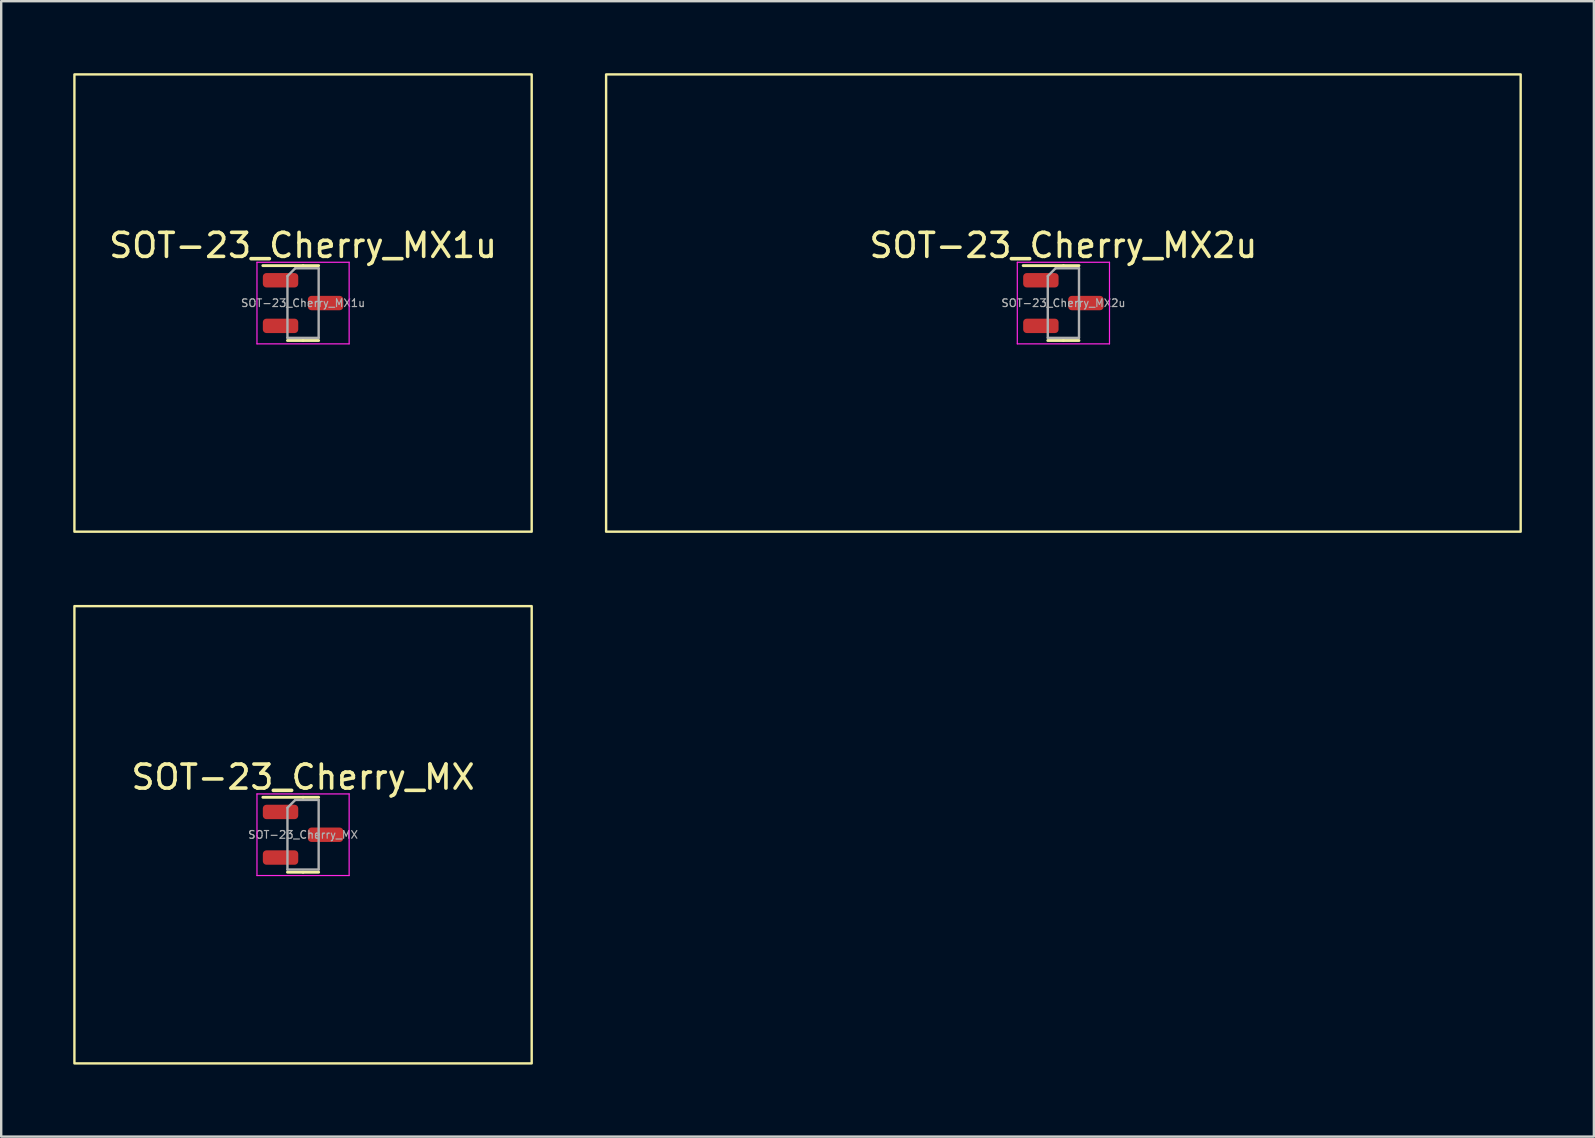
<source format=kicad_pcb>
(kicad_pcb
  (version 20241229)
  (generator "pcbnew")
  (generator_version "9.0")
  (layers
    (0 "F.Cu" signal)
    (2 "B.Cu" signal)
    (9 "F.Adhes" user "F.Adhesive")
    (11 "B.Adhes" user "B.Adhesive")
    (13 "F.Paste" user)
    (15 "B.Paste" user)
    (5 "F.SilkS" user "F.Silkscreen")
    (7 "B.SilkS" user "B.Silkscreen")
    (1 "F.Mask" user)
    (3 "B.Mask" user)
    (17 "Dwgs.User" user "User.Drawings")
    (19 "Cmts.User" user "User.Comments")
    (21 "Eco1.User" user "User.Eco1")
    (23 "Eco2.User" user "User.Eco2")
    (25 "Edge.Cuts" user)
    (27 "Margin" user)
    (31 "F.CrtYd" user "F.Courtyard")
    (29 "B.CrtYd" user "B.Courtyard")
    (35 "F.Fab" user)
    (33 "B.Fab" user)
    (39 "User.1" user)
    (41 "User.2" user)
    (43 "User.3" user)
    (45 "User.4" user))
  (footprint "SOT-23_Cherry_MX"
    (layer "F.Cu")
    (at 9.575 31.725)
    (property "Reference" "SOT-23_Cherry_MX" (at 0 -2.4 0) (layer "F.SilkS") (effects (font (size 1 1) (thickness 0.15))))
    (attr smd)
    (fp_line (start 0 -1.56) (end -1.675 -1.56) (stroke (width 0.12) (type solid)) (layer "F.SilkS"))
    (fp_line (start 0 -1.56) (end 0.65 -1.56) (stroke (width 0.12) (type solid)) (layer "F.SilkS"))
    (fp_line (start 0 1.56) (end -0.65 1.56) (stroke (width 0.12) (type solid)) (layer "F.SilkS"))
    (fp_line (start 0 1.56) (end 0.65 1.56) (stroke (width 0.12) (type solid)) (layer "F.SilkS"))
    (fp_rect (start -9.525 -9.525) (end 9.525 9.525) (stroke (width 0.1) (type default)) (fill no) (layer "F.SilkS"))
    (fp_line (start -1.92 -1.7) (end -1.92 1.7) (stroke (width 0.05) (type solid)) (layer "F.CrtYd"))
    (fp_line (start -1.92 1.7) (end 1.92 1.7) (stroke (width 0.05) (type solid)) (layer "F.CrtYd"))
    (fp_line (start 1.92 -1.7) (end -1.92 -1.7) (stroke (width 0.05) (type solid)) (layer "F.CrtYd"))
    (fp_line (start 1.92 1.7) (end 1.92 -1.7) (stroke (width 0.05) (type solid)) (layer "F.CrtYd"))
    (fp_line (start -0.65 -1.125) (end -0.325 -1.45) (stroke (width 0.1) (type solid)) (layer "F.Fab"))
    (fp_line (start -0.65 1.45) (end -0.65 -1.125) (stroke (width 0.1) (type solid)) (layer "F.Fab"))
    (fp_line (start -0.325 -1.45) (end 0.65 -1.45) (stroke (width 0.1) (type solid)) (layer "F.Fab"))
    (fp_line (start 0.65 -1.45) (end 0.65 1.45) (stroke (width 0.1) (type solid)) (layer "F.Fab"))
    (fp_line (start 0.65 1.45) (end -0.65 1.45) (stroke (width 0.1) (type solid)) (layer "F.Fab"))
    (fp_text user "${REFERENCE}" (at 0 0 0) (layer "F.Fab") (effects (font (size 0.32 0.32) (thickness 0.05))))
    (pad "1" smd roundrect (at -0.938 -0.95) (size 1.475 0.6) (layers "F.Cu" "F.Mask" "F.Paste") (roundrect_rratio 0.25))
    (pad "2" smd roundrect (at -0.938 0.95) (size 1.475 0.6) (layers "F.Cu" "F.Mask" "F.Paste") (roundrect_rratio 0.25))
    (pad "3" smd roundrect (at 0.938 0) (size 1.475 0.6) (layers "F.Cu" "F.Mask" "F.Paste") (roundrect_rratio 0.25)))
  (footprint "SOT-23_Cherry_MX2u"
    (layer "F.Cu")
    (at 41.25 9.575)
    (property "Reference" "SOT-23_Cherry_MX2u" (at 0 -2.4 0) (layer "F.SilkS") (effects (font (size 1 1) (thickness 0.15))))
    (attr smd)
    (fp_line (start 0 -1.56) (end -1.675 -1.56) (stroke (width 0.12) (type solid)) (layer "F.SilkS"))
    (fp_line (start 0 -1.56) (end 0.65 -1.56) (stroke (width 0.12) (type solid)) (layer "F.SilkS"))
    (fp_line (start 0 1.56) (end -0.65 1.56) (stroke (width 0.12) (type solid)) (layer "F.SilkS"))
    (fp_line (start 0 1.56) (end 0.65 1.56) (stroke (width 0.12) (type solid)) (layer "F.SilkS"))
    (fp_rect (start -19.05 -9.525) (end 19.05 9.525) (stroke (width 0.1) (type default)) (fill no) (layer "F.SilkS"))
    (fp_line (start -1.92 -1.7) (end -1.92 1.7) (stroke (width 0.05) (type solid)) (layer "F.CrtYd"))
    (fp_line (start -1.92 1.7) (end 1.92 1.7) (stroke (width 0.05) (type solid)) (layer "F.CrtYd"))
    (fp_line (start 1.92 -1.7) (end -1.92 -1.7) (stroke (width 0.05) (type solid)) (layer "F.CrtYd"))
    (fp_line (start 1.92 1.7) (end 1.92 -1.7) (stroke (width 0.05) (type solid)) (layer "F.CrtYd"))
    (fp_line (start -0.65 -1.125) (end -0.325 -1.45) (stroke (width 0.1) (type solid)) (layer "F.Fab"))
    (fp_line (start -0.65 1.45) (end -0.65 -1.125) (stroke (width 0.1) (type solid)) (layer "F.Fab"))
    (fp_line (start -0.325 -1.45) (end 0.65 -1.45) (stroke (width 0.1) (type solid)) (layer "F.Fab"))
    (fp_line (start 0.65 -1.45) (end 0.65 1.45) (stroke (width 0.1) (type solid)) (layer "F.Fab"))
    (fp_line (start 0.65 1.45) (end -0.65 1.45) (stroke (width 0.1) (type solid)) (layer "F.Fab"))
    (fp_text user "${REFERENCE}" (at 0 0 0) (layer "F.Fab") (effects (font (size 0.32 0.32) (thickness 0.05))))
    (pad "1" smd roundrect (at -0.938 -0.95) (size 1.475 0.6) (layers "F.Cu" "F.Mask" "F.Paste") (roundrect_rratio 0.25))
    (pad "2" smd roundrect (at -0.938 0.95) (size 1.475 0.6) (layers "F.Cu" "F.Mask" "F.Paste") (roundrect_rratio 0.25))
    (pad "3" smd roundrect (at 0.938 0) (size 1.475 0.6) (layers "F.Cu" "F.Mask" "F.Paste") (roundrect_rratio 0.25)))
  (footprint "SOT-23_Cherry_MX1u"
    (layer "F.Cu")
    (at 9.575 9.575)
    (property "Reference" "SOT-23_Cherry_MX1u" (at 0 -2.4 0) (layer "F.SilkS") (effects (font (size 1 1) (thickness 0.15))))
    (attr smd)
    (fp_line (start 0 -1.56) (end -1.675 -1.56) (stroke (width 0.12) (type solid)) (layer "F.SilkS"))
    (fp_line (start 0 -1.56) (end 0.65 -1.56) (stroke (width 0.12) (type solid)) (layer "F.SilkS"))
    (fp_line (start 0 1.56) (end -0.65 1.56) (stroke (width 0.12) (type solid)) (layer "F.SilkS"))
    (fp_line (start 0 1.56) (end 0.65 1.56) (stroke (width 0.12) (type solid)) (layer "F.SilkS"))
    (fp_rect (start -9.525 -9.525) (end 9.525 9.525) (stroke (width 0.1) (type default)) (fill no) (layer "F.SilkS"))
    (fp_line (start -1.92 -1.7) (end -1.92 1.7) (stroke (width 0.05) (type solid)) (layer "F.CrtYd"))
    (fp_line (start -1.92 1.7) (end 1.92 1.7) (stroke (width 0.05) (type solid)) (layer "F.CrtYd"))
    (fp_line (start 1.92 -1.7) (end -1.92 -1.7) (stroke (width 0.05) (type solid)) (layer "F.CrtYd"))
    (fp_line (start 1.92 1.7) (end 1.92 -1.7) (stroke (width 0.05) (type solid)) (layer "F.CrtYd"))
    (fp_line (start -0.65 -1.125) (end -0.325 -1.45) (stroke (width 0.1) (type solid)) (layer "F.Fab"))
    (fp_line (start -0.65 1.45) (end -0.65 -1.125) (stroke (width 0.1) (type solid)) (layer "F.Fab"))
    (fp_line (start -0.325 -1.45) (end 0.65 -1.45) (stroke (width 0.1) (type solid)) (layer "F.Fab"))
    (fp_line (start 0.65 -1.45) (end 0.65 1.45) (stroke (width 0.1) (type solid)) (layer "F.Fab"))
    (fp_line (start 0.65 1.45) (end -0.65 1.45) (stroke (width 0.1) (type solid)) (layer "F.Fab"))
    (fp_text user "${REFERENCE}" (at 0 0 0) (layer "F.Fab") (effects (font (size 0.32 0.32) (thickness 0.05))))
    (pad "1" smd roundrect (at -0.938 -0.95) (size 1.475 0.6) (layers "F.Cu" "F.Mask" "F.Paste") (roundrect_rratio 0.25))
    (pad "2" smd roundrect (at -0.938 0.95) (size 1.475 0.6) (layers "F.Cu" "F.Mask" "F.Paste") (roundrect_rratio 0.25))
    (pad "3" smd roundrect (at 0.938 0) (size 1.475 0.6) (layers "F.Cu" "F.Mask" "F.Paste") (roundrect_rratio 0.25)))
  (gr_rect
    (start -3 -3)
    (end 63.35 44.3)
    (stroke (width 0.1) (type default))
    (fill no)
    (layer "Edge.Cuts")))
</source>
